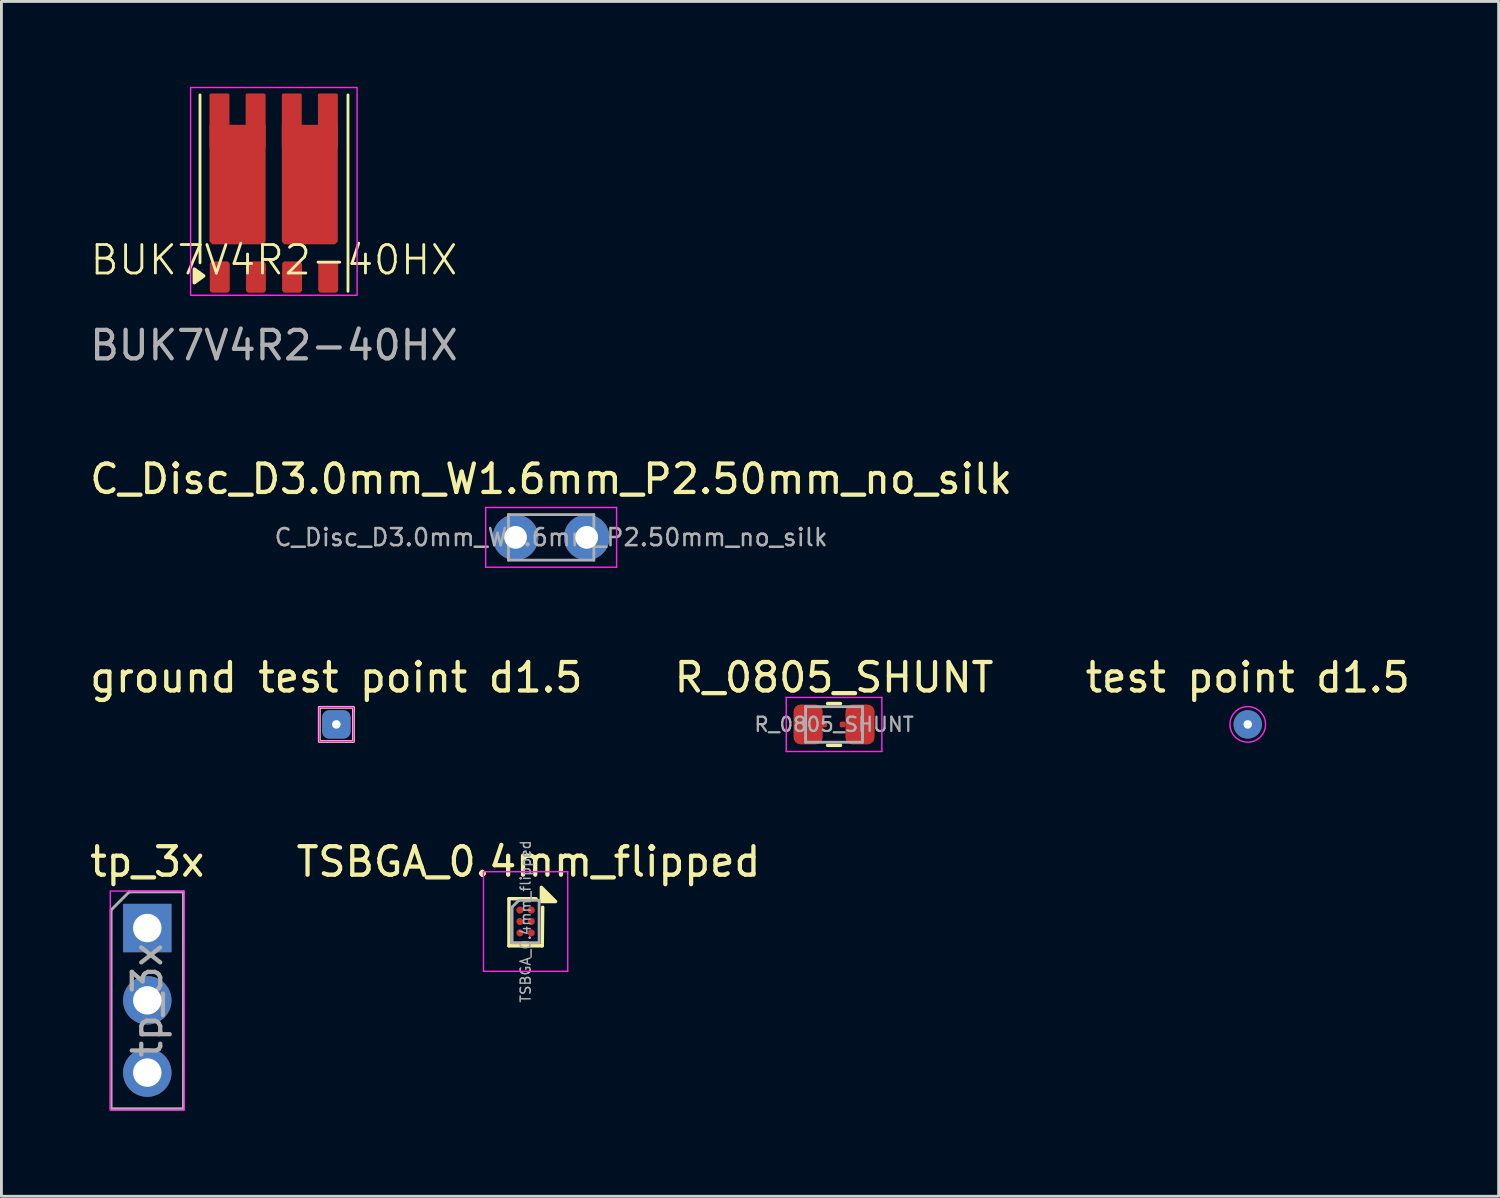
<source format=kicad_pcb>
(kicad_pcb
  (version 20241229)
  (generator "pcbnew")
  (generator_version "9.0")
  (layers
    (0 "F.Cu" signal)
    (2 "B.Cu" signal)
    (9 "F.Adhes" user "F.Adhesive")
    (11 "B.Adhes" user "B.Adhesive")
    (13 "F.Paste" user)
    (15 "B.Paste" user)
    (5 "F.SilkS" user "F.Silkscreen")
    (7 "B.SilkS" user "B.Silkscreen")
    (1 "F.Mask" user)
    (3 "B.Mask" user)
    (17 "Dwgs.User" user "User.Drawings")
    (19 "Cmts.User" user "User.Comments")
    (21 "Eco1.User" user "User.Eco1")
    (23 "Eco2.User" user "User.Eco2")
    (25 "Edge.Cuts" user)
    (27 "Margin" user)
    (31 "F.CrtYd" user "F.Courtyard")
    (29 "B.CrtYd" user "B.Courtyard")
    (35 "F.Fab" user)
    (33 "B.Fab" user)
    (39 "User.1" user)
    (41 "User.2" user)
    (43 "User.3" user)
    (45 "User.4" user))
  (footprint "R_0805_SHUNT"
    (layer "F.Cu")
    (at 26.256 22.405)
    (property "Reference" "R_0805_SHUNT" (at 0 -1.65 0) (layer "F.SilkS") (effects (font (size 1 1) (thickness 0.15))))
    (attr smd)
    (fp_line (start -0.227 -0.735) (end 0.227 -0.735) (stroke (width 0.12) (type solid)) (layer "F.SilkS"))
    (fp_line (start -0.227 0.735) (end 0.227 0.735) (stroke (width 0.12) (type solid)) (layer "F.SilkS"))
    (fp_line (start -1.68 -0.95) (end 1.68 -0.95) (stroke (width 0.05) (type solid)) (layer "F.CrtYd"))
    (fp_line (start -1.68 0.95) (end -1.68 -0.95) (stroke (width 0.05) (type solid)) (layer "F.CrtYd"))
    (fp_line (start 1.68 -0.95) (end 1.68 0.95) (stroke (width 0.05) (type solid)) (layer "F.CrtYd"))
    (fp_line (start 1.68 0.95) (end -1.68 0.95) (stroke (width 0.05) (type solid)) (layer "F.CrtYd"))
    (fp_line (start -1 -0.625) (end 1 -0.625) (stroke (width 0.1) (type solid)) (layer "F.Fab"))
    (fp_line (start -1 0.625) (end -1 -0.625) (stroke (width 0.1) (type solid)) (layer "F.Fab"))
    (fp_line (start 1 -0.625) (end 1 0.625) (stroke (width 0.1) (type solid)) (layer "F.Fab"))
    (fp_line (start 1 0.625) (end -1 0.625) (stroke (width 0.1) (type solid)) (layer "F.Fab"))
    (fp_text user "${REFERENCE}" (at 0 0 0) (layer "F.Fab") (effects (font (size 0.5 0.5) (thickness 0.08))))
    (pad "1" smd roundrect (at -0.912 0) (size 1.025 1.4) (layers "F.Cu" "F.Mask" "F.Paste") (roundrect_rratio 0.244))
    (pad "2" smd roundrect (at -0.35 0) (size 0.2 0.2) (layers "F.Cu" "F.Mask" "F.Paste") (roundrect_rratio 0.244))
    (pad "3" smd roundrect (at 0.3 0) (size 0.2 0.2) (layers "F.Cu" "F.Mask" "F.Paste") (roundrect_rratio 0.244))
    (pad "4" smd roundrect (at 0.912 0) (size 1.025 1.4) (layers "F.Cu" "F.Mask" "F.Paste") (roundrect_rratio 0.244)))
  (footprint "ground test point d1.5"
    (layer "F.Cu")
    (at 8.768 22.403)
    (property "Reference" "ground test point d1.5" (at 0 -1.648 0) (layer "F.SilkS") (effects (font (size 1 1) (thickness 0.15))))
    (attr exclude_from_pos_files exclude_from_bom)
    (fp_rect (start -0.6 -0.6) (end 0.6 0.6) (stroke (width 0.1) (type default)) (fill no) (layer "F.SilkS"))
    (fp_rect (start -0.6 -0.6) (end 0.6 0.6) (stroke (width 0.05) (type default)) (fill no) (layer "F.CrtYd"))
    (pad "1" thru_hole roundrect (at 0 0) (size 1 1) (drill 0.3) (layers "*.Cu" "*.Mask") (roundrect_rratio 0.25)))
  (footprint "BUK7V4R2-40HX"
    (layer "F.Cu")
    (at 6.577 6.585)
    (property "Reference" "BUK7V4R2-40HX" (at 0 -0.5 0) (unlocked yes) (layer "F.SilkS") (effects (font (size 1 1) (thickness 0.1))))
    (attr smd)
    (fp_line (start -2.6 -0.4) (end -2.6 -6.3) (stroke (width 0.1) (type default)) (layer "F.SilkS"))
    (fp_line (start 2.6 0.6) (end 2.6 -6.3) (stroke (width 0.1) (type default)) (layer "F.SilkS"))
    (fp_poly (pts (xy -2.47 0.06) (xy -2.8 0.3) (xy -2.8 -0.18) (xy -2.47 0.06)) (stroke (width 0.12) (type solid)) (fill yes) (layer "F.SilkS"))
    (fp_rect (start -1.77 -4.03) (end -0.77 -3.03) (stroke (width 0.01) (type default)) (fill yes) (layer "F.Paste"))
    (fp_rect (start -1.77 -2.58) (end -0.77 -1.58) (stroke (width 0.01) (type default)) (fill yes) (layer "F.Paste"))
    (fp_rect (start 0.77 -4.03) (end 1.77 -3.03) (stroke (width 0.01) (type default)) (fill yes) (layer "F.Paste"))
    (fp_rect (start 0.77 -2.58) (end 1.77 -1.58) (stroke (width 0.01) (type default)) (fill yes) (layer "F.Paste"))
    (fp_rect (start -2.93 -6.56) (end 2.92 0.74) (stroke (width 0.05) (type solid)) (fill no) (layer "F.CrtYd"))
    (fp_text user "${REFERENCE}" (at 0 2.5 0) (unlocked yes) (layer "F.Fab") (effects (font (size 1 1) (thickness 0.15))))
    (pad "1" smd roundrect (at -1.905 0.1) (size 0.7 1.1) (layers "F.Cu" "F.Mask" "F.Paste") (roundrect_rratio 0.15))
    (pad "2" smd roundrect (at -0.635 0.1) (size 0.7 1.1) (layers "F.Cu" "F.Mask" "F.Paste") (roundrect_rratio 0.15))
    (pad "3" smd roundrect (at 0.635 0.1) (size 0.7 1.1) (layers "F.Cu" "F.Mask" "F.Paste") (roundrect_rratio 0.15))
    (pad "4" smd roundrect (at 1.905 0.1) (size 0.7 1.1) (layers "F.Cu" "F.Mask" "F.Paste") (roundrect_rratio 0.15))
    (pad "5" smd roundrect (at 0.625 -5.4) (size 0.7 1.9) (layers "F.Cu" "F.Mask" "F.Paste") (roundrect_rratio 0) (chamfer_ratio 0.05) (chamfer top_left top_right))
    (pad "5" smd roundrect (at 1.258 -3.15) (size 1.965 4.2) (layers "F.Cu" "F.Mask") (roundrect_rratio 0) (chamfer_ratio 0.05) (chamfer bottom_left bottom_right))
    (pad "5" smd roundrect (at 1.895 -5.4) (size 0.7 1.9) (layers "F.Cu" "F.Mask" "F.Paste") (roundrect_rratio 0) (chamfer_ratio 0.05) (chamfer top_left top_right))
    (pad "7" smd roundrect (at -1.915 -5.4) (size 0.7 1.9) (layers "F.Cu" "F.Mask" "F.Paste") (roundrect_rratio 0) (chamfer_ratio 0.05) (chamfer top_left top_right))
    (pad "7" smd roundrect (at -1.28 -3.15) (size 1.97 4.2) (layers "F.Cu" "F.Mask") (roundrect_rratio 0) (chamfer_ratio 0.05) (chamfer bottom_left bottom_right))
    (pad "7" smd roundrect (at -0.645 -5.4) (size 0.7 1.9) (layers "F.Cu" "F.Mask" "F.Paste") (roundrect_rratio 0) (chamfer_ratio 0.05) (chamfer top_left top_right)))
  (footprint "tp_3x"
    (layer "F.Cu")
    (at 2.125 29.558)
    (property "Reference" "tp_3x" (at 0 -2.33 0) (layer "F.SilkS") (effects (font (size 1 1) (thickness 0.15))))
    (attr through_hole)
    (fp_rect (start -1.3 -1.3) (end 1.3 6.4) (stroke (width 0.05) (type default)) (fill no) (layer "F.CrtYd"))
    (fp_line (start -1.27 -0.635) (end -0.635 -1.27) (stroke (width 0.1) (type solid)) (layer "F.Fab"))
    (fp_line (start -1.27 6.35) (end -1.27 -0.635) (stroke (width 0.1) (type solid)) (layer "F.Fab"))
    (fp_line (start -0.635 -1.27) (end 1.27 -1.27) (stroke (width 0.1) (type solid)) (layer "F.Fab"))
    (fp_line (start 1.27 -1.27) (end 1.27 6.35) (stroke (width 0.1) (type solid)) (layer "F.Fab"))
    (fp_line (start 1.27 6.35) (end -1.27 6.35) (stroke (width 0.1) (type solid)) (layer "F.Fab"))
    (fp_text user "${REFERENCE}" (at 0 2.54 90) (layer "F.Fab") (effects (font (size 1 1) (thickness 0.15))))
    (pad "1" thru_hole rect (at 0 0) (size 1.7 1.7) (drill 1) (layers "*.Cu" "*.Mask"))
    (pad "2" thru_hole oval (at 0 2.54) (size 1.7 1.7) (drill 1) (layers "*.Cu" "*.Mask"))
    (pad "3" thru_hole oval (at 0 5.08) (size 1.7 1.7) (drill 1) (layers "*.Cu" "*.Mask")))
  (footprint "TSBGA_0.4mm_flipped"
    (layer "F.Cu")
    (at 15.418 29.328)
    (property "Reference" "TSBGA_0.4mm_flipped" (at 0.1 -2.1 0) (layer "F.SilkS") (effects (font (size 1 1) (thickness 0.15))))
    (attr smd)
    (fp_line (start -0.585 -0.8) (end 0.366 -0.8) (stroke (width 0.12) (type solid)) (layer "F.SilkS"))
    (fp_line (start -0.585 0.854) (end -0.585 -0.8) (stroke (width 0.12) (type solid)) (layer "F.SilkS"))
    (fp_line (start 0.585 0.854) (end -0.585 0.854) (stroke (width 0.12) (type solid)) (layer "F.SilkS"))
    (fp_line (start 0.6 -0.5) (end 0.585 0.854) (stroke (width 0.12) (type solid)) (layer "F.SilkS"))
    (fp_poly (pts (xy 0.554 -0.7) (xy 0.554 -1.2) (xy 1.054 -0.7) (xy 0.554 -0.7)) (stroke (width 0.12) (type solid)) (fill yes) (layer "F.SilkS"))
    (fp_line (start -1.48 -1.75) (end -1.48 1.75) (stroke (width 0.05) (type solid)) (layer "F.CrtYd"))
    (fp_line (start -1.48 1.75) (end 1.48 1.75) (stroke (width 0.05) (type solid)) (layer "F.CrtYd"))
    (fp_line (start 1.48 -1.75) (end -1.48 -1.75) (stroke (width 0.05) (type solid)) (layer "F.CrtYd"))
    (fp_line (start 1.48 1.75) (end 1.48 -1.75) (stroke (width 0.05) (type solid)) (layer "F.CrtYd"))
    (fp_line (start -0.475 -0.506) (end -0.237 -0.744) (stroke (width 0.1) (type solid)) (layer "F.Fab"))
    (fp_line (start -0.475 0.744) (end -0.475 -0.506) (stroke (width 0.1) (type solid)) (layer "F.Fab"))
    (fp_line (start -0.237 -0.744) (end 0.475 -0.744) (stroke (width 0.1) (type solid)) (layer "F.Fab"))
    (fp_line (start 0.475 -0.744) (end 0.475 0.744) (stroke (width 0.1) (type solid)) (layer "F.Fab"))
    (fp_line (start 0.475 0.744) (end -0.475 0.744) (stroke (width 0.1) (type solid)) (layer "F.Fab"))
    (fp_text user "${REFERENCE}" (at 0 0 270) (layer "F.Fab") (effects (font (size 0.35 0.35) (thickness 0.052))))
    (pad "A1" smd circle (at 0.2 -0.4) (size 0.25 0.25) (property pad_prop_bga) (layers "F.Cu" "F.Mask" "F.Paste"))
    (pad "A2" smd circle (at 0.2 0) (size 0.25 0.25) (property pad_prop_bga) (layers "F.Cu" "F.Mask" "F.Paste"))
    (pad "A3" smd circle (at 0.2 0.4) (size 0.25 0.25) (property pad_prop_bga) (layers "F.Cu" "F.Mask" "F.Paste"))
    (pad "B1" smd circle (at -0.2 -0.4) (size 0.25 0.25) (property pad_prop_bga) (layers "F.Cu" "F.Mask" "F.Paste"))
    (pad "B2" smd circle (at -0.2 0) (size 0.25 0.25) (property pad_prop_bga) (layers "F.Cu" "F.Mask" "F.Paste"))
    (pad "B3" smd circle (at -0.2 0.4) (size 0.25 0.25) (property pad_prop_bga) (layers "F.Cu" "F.Mask" "F.Paste")))
  (footprint "C_Disc_D3.0mm_W1.6mm_P2.50mm_no_silk"
    (layer "F.Cu")
    (at 15.065 15.831)
    (property "Reference" "C_Disc_D3.0mm_W1.6mm_P2.50mm_no_silk" (at 1.25 -2.05 180) (layer "F.SilkS") (effects (font (size 1 1) (thickness 0.15))))
    (attr through_hole dnp)
    (fp_line (start -1.05 -1.05) (end -1.05 1.05) (stroke (width 0.05) (type solid)) (layer "F.CrtYd"))
    (fp_line (start -1.05 1.05) (end 3.55 1.05) (stroke (width 0.05) (type solid)) (layer "F.CrtYd"))
    (fp_line (start 3.55 -1.05) (end -1.05 -1.05) (stroke (width 0.05) (type solid)) (layer "F.CrtYd"))
    (fp_line (start 3.55 1.05) (end 3.55 -1.05) (stroke (width 0.05) (type solid)) (layer "F.CrtYd"))
    (fp_line (start -0.25 -0.8) (end -0.25 0.8) (stroke (width 0.1) (type solid)) (layer "F.Fab"))
    (fp_line (start -0.25 0.8) (end 2.75 0.8) (stroke (width 0.1) (type solid)) (layer "F.Fab"))
    (fp_line (start 2.75 -0.8) (end -0.25 -0.8) (stroke (width 0.1) (type solid)) (layer "F.Fab"))
    (fp_line (start 2.75 0.8) (end 2.75 -0.8) (stroke (width 0.1) (type solid)) (layer "F.Fab"))
    (fp_text user "${REFERENCE}" (at 1.25 0 180) (layer "F.Fab") (effects (font (size 0.6 0.6) (thickness 0.09))))
    (pad "1" thru_hole circle (at 0 0) (size 1.6 1.6) (drill 0.8) (layers "*.Cu" "*.Mask"))
    (pad "2" thru_hole circle (at 2.5 0) (size 1.6 1.6) (drill 0.8) (layers "*.Cu" "*.Mask")))
  (footprint "test point d1.5"
    (layer "F.Cu")
    (at 40.792 22.403)
    (property "Reference" "test point d1.5" (at 0 -1.648 0) (layer "F.SilkS") (effects (font (size 1 1) (thickness 0.15))))
    (attr exclude_from_pos_files exclude_from_bom)
    (fp_circle (center 0 0) (end 0.625 0) (stroke (width 0.05) (type solid)) (fill no) (layer "F.CrtYd"))
    (pad "1" thru_hole circle (at 0 0) (size 1 1) (drill 0.3) (layers "*.Cu" "*.Mask") (remove_unused_layers yes) (keep_end_layers yes) (zone_layer_connections)))
  (gr_rect
    (start -3 -3)
    (end 49.607 38.983)
    (stroke (width 0.1) (type default))
    (fill no)
    (layer "Edge.Cuts")))
</source>
